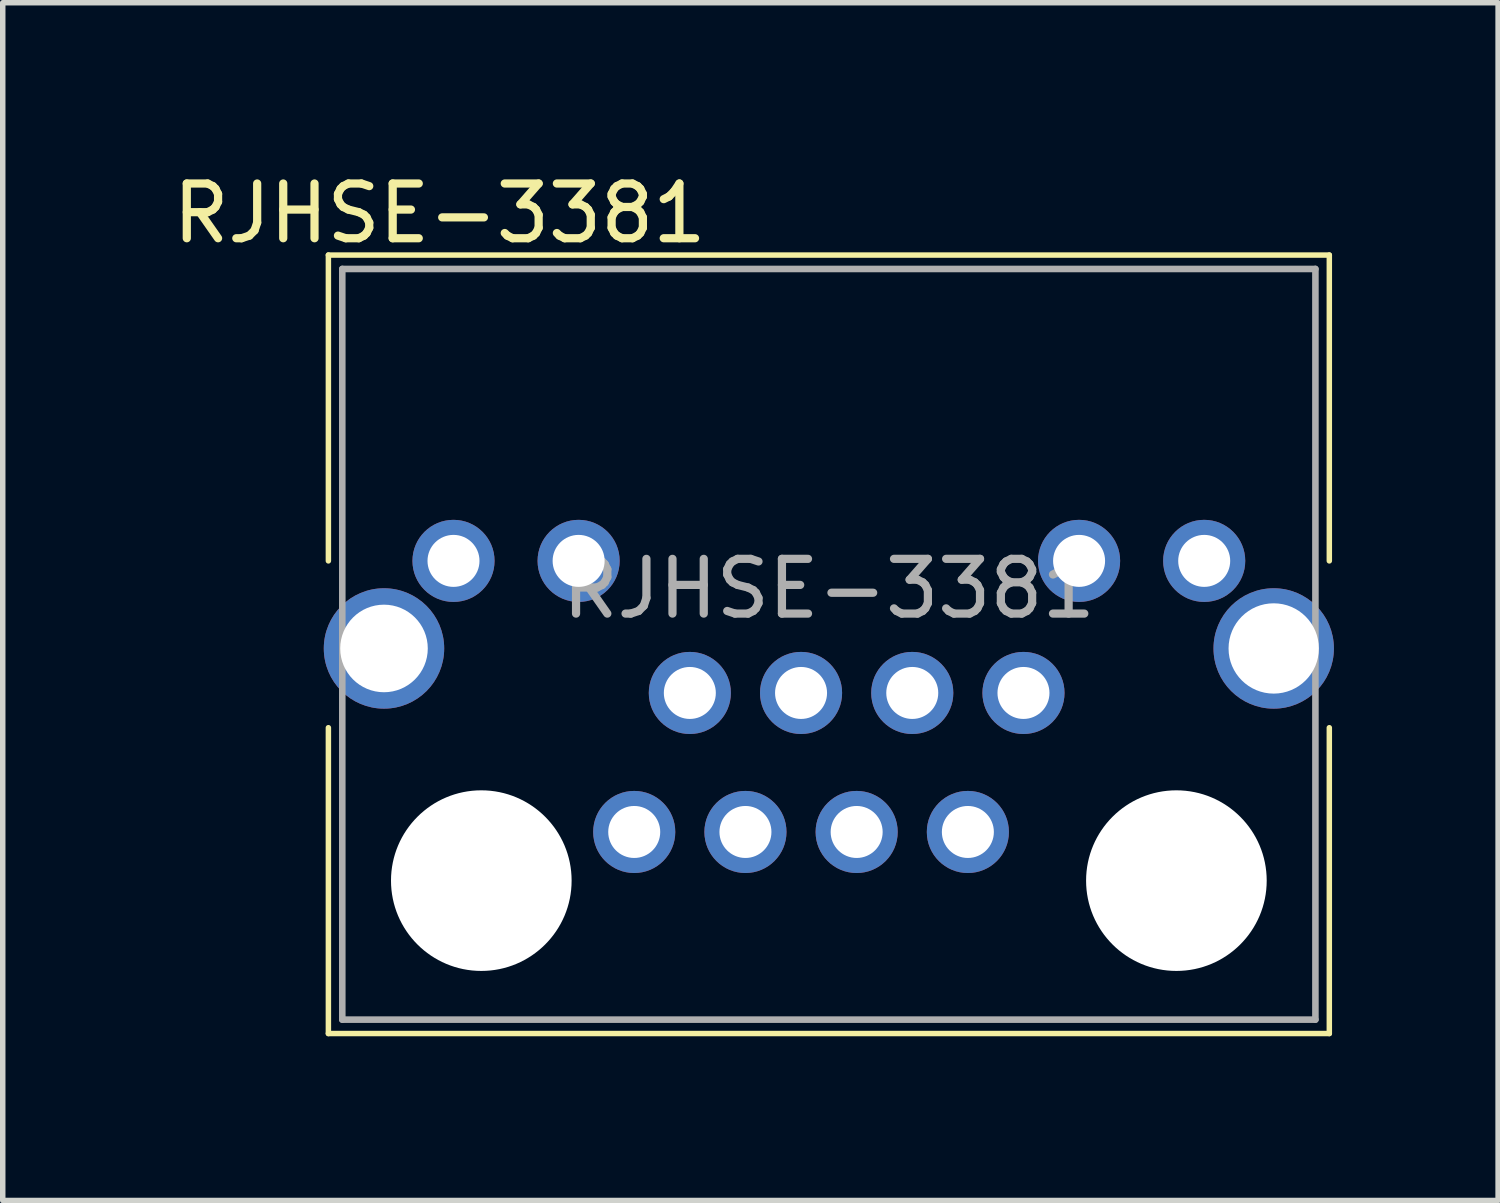
<source format=kicad_pcb>
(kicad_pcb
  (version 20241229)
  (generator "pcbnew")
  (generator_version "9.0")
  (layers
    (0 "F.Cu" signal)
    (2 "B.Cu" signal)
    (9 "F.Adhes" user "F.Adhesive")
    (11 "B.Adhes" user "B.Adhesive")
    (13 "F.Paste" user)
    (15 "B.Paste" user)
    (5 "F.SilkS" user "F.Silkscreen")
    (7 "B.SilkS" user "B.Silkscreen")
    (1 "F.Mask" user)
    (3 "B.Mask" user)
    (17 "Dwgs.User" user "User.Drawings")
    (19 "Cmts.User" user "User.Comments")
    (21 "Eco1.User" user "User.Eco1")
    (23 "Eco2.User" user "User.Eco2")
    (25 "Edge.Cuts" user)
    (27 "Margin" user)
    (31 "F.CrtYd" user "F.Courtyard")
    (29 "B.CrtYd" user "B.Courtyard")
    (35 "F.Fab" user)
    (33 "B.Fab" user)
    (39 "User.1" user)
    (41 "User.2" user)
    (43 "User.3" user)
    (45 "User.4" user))
  (footprint "RJHSE-3381"
    (layer "F.Cu")
    (at 12.094 8.849)
    (property "Reference" "RJHSE-3381" (at -7.112 -8.001 0) (layer "F.SilkS") (effects (font (size 1 1) (thickness 0.15))))
    (attr through_hole)
    (fp_line (start -9.144 -7.239) (end 9.144 -7.239) (stroke (width 0.1) (type solid)) (layer "F.SilkS"))
    (fp_line (start -9.144 -1.651) (end -9.144 -7.239) (stroke (width 0.1) (type solid)) (layer "F.SilkS"))
    (fp_line (start -9.144 6.985) (end -9.144 1.397) (stroke (width 0.1) (type solid)) (layer "F.SilkS"))
    (fp_line (start 9.144 -7.239) (end 9.144 -1.651) (stroke (width 0.1) (type solid)) (layer "F.SilkS"))
    (fp_line (start 9.144 1.397) (end 9.144 6.985) (stroke (width 0.1) (type solid)) (layer "F.SilkS"))
    (fp_line (start 9.144 6.985) (end -9.144 6.985) (stroke (width 0.1) (type solid)) (layer "F.SilkS"))
    (fp_line (start -7.366 -3.683) (end -6.35 -3.683) (stroke (width 0.12) (type solid)) (layer "Eco2.User"))
    (fp_line (start -6.35 -4.699) (end -5.08 -3.683) (stroke (width 0.12) (type solid)) (layer "Eco2.User"))
    (fp_line (start -6.35 -3.683) (end -6.35 -4.699) (stroke (width 0.12) (type solid)) (layer "Eco2.User"))
    (fp_line (start -6.35 -2.667) (end -6.35 -3.683) (stroke (width 0.12) (type solid)) (layer "Eco2.User"))
    (fp_line (start -5.08 -4.699) (end -5.08 -2.667) (stroke (width 0.12) (type solid)) (layer "Eco2.User"))
    (fp_line (start -5.08 -3.683) (end -6.35 -2.667) (stroke (width 0.12) (type solid)) (layer "Eco2.User"))
    (fp_line (start -5.08 -3.683) (end -4.064 -3.683) (stroke (width 0.12) (type solid)) (layer "Eco2.User"))
    (fp_line (start 4.064 -3.683) (end 5.08 -3.683) (stroke (width 0.12) (type solid)) (layer "Eco2.User"))
    (fp_line (start 5.08 -4.699) (end 6.35 -3.683) (stroke (width 0.12) (type solid)) (layer "Eco2.User"))
    (fp_line (start 5.08 -3.683) (end 5.08 -4.699) (stroke (width 0.12) (type solid)) (layer "Eco2.User"))
    (fp_line (start 5.08 -2.667) (end 5.08 -3.683) (stroke (width 0.12) (type solid)) (layer "Eco2.User"))
    (fp_line (start 6.35 -4.699) (end 6.35 -2.667) (stroke (width 0.12) (type solid)) (layer "Eco2.User"))
    (fp_line (start 6.35 -3.683) (end 5.08 -2.667) (stroke (width 0.12) (type solid)) (layer "Eco2.User"))
    (fp_line (start 6.35 -3.683) (end 7.366 -3.683) (stroke (width 0.12) (type solid)) (layer "Eco2.User"))
    (fp_line (start -8.89 -6.985) (end 8.89 -6.985) (stroke (width 0.12) (type solid)) (layer "F.Fab"))
    (fp_line (start -8.89 6.731) (end -8.89 -6.985) (stroke (width 0.12) (type solid)) (layer "F.Fab"))
    (fp_line (start 8.89 -6.985) (end 8.89 6.731) (stroke (width 0.12) (type solid)) (layer "F.Fab"))
    (fp_line (start 8.89 6.731) (end -8.89 6.731) (stroke (width 0.12) (type solid)) (layer "F.Fab"))
    (fp_text user "${REFERENCE}" (at 0 -1.143 0) (layer "F.Fab") (effects (font (size 1 1) (thickness 0.15))))
    (pad "" np_thru_hole oval (at -6.35 4.191) (size 3.3 3.3) (drill 3.3) (layers "*.Cu" "*.Mask"))
    (pad "" np_thru_hole oval (at 6.35 4.191) (size 3.3 3.3) (drill 3.3) (layers "*.Cu" "*.Mask"))
    (pad "1" thru_hole oval (at 3.556 0.762) (size 1.5 1.5) (drill 0.95) (layers "*.Cu" "*.Mask"))
    (pad "2" thru_hole oval (at 2.54 3.302) (size 1.5 1.5) (drill 0.95) (layers "*.Cu" "*.Mask"))
    (pad "3" thru_hole oval (at 1.524 0.762) (size 1.5 1.5) (drill 0.95) (layers "*.Cu" "*.Mask"))
    (pad "4" thru_hole oval (at 0.508 3.302) (size 1.5 1.5) (drill 0.95) (layers "*.Cu" "*.Mask"))
    (pad "5" thru_hole oval (at -0.508 0.762) (size 1.5 1.5) (drill 0.95) (layers "*.Cu" "*.Mask"))
    (pad "6" thru_hole oval (at -1.524 3.302) (size 1.5 1.5) (drill 0.95) (layers "*.Cu" "*.Mask"))
    (pad "7" thru_hole oval (at -2.54 0.762) (size 1.5 1.5) (drill 0.95) (layers "*.Cu" "*.Mask"))
    (pad "8" thru_hole oval (at -3.556 3.302) (size 1.5 1.5) (drill 0.95) (layers "*.Cu" "*.Mask"))
    (pad "9" thru_hole oval (at 6.858 -1.651) (size 1.5 1.5) (drill 0.95) (layers "*.Cu" "*.Mask"))
    (pad "10" thru_hole oval (at 4.572 -1.651) (size 1.5 1.5) (drill 0.95) (layers "*.Cu" "*.Mask"))
    (pad "11" thru_hole oval (at -4.572 -1.651) (size 1.5 1.5) (drill 0.95) (layers "*.Cu" "*.Mask"))
    (pad "12" thru_hole oval (at -6.858 -1.651) (size 1.5 1.5) (drill 0.95) (layers "*.Cu" "*.Mask"))
    (pad "SH" thru_hole oval (at -8.128 -0.051) (size 2.2 2.2) (drill 1.6) (layers "*.Cu" "*.Mask"))
    (pad "SH" thru_hole oval (at 8.128 -0.051) (size 2.2 2.2) (drill 1.65) (layers "*.Cu" "*.Mask")))
  (gr_rect
    (start -3 -3)
    (end 24.322 18.884)
    (stroke (width 0.1) (type default))
    (fill no)
    (layer "Edge.Cuts")))
</source>
